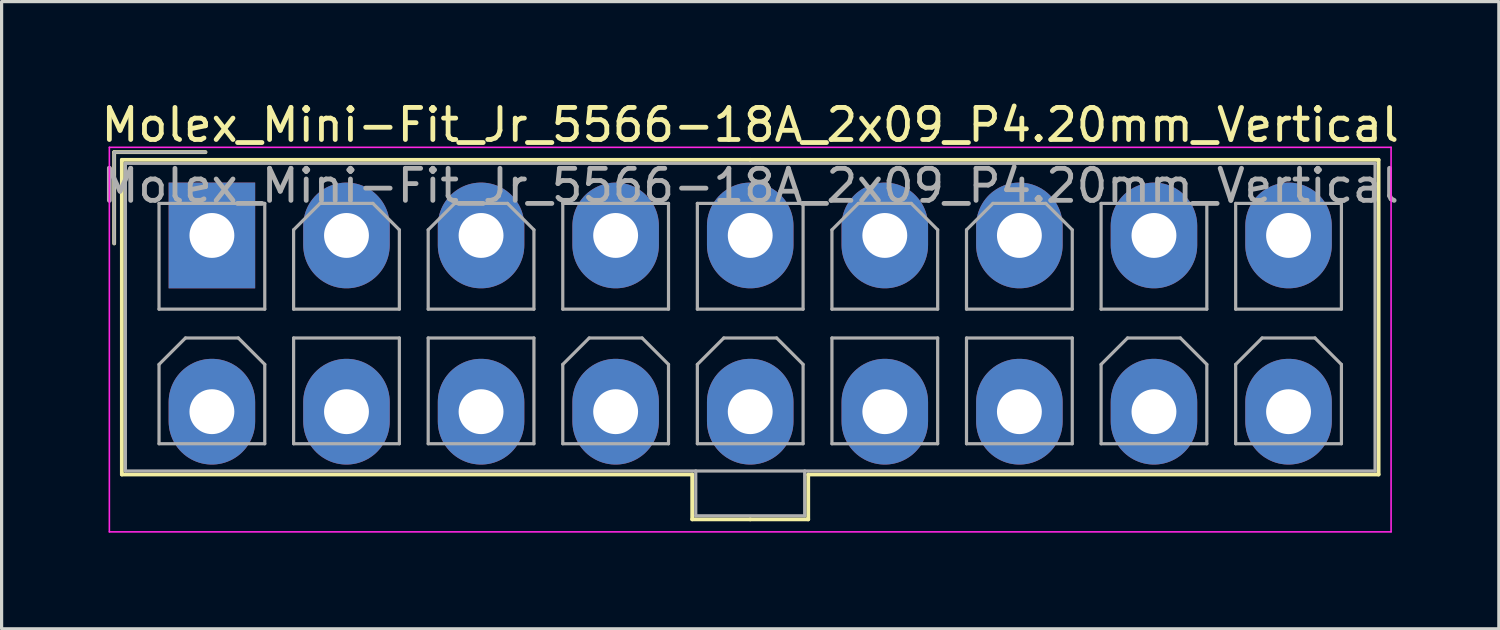
<source format=kicad_pcb>
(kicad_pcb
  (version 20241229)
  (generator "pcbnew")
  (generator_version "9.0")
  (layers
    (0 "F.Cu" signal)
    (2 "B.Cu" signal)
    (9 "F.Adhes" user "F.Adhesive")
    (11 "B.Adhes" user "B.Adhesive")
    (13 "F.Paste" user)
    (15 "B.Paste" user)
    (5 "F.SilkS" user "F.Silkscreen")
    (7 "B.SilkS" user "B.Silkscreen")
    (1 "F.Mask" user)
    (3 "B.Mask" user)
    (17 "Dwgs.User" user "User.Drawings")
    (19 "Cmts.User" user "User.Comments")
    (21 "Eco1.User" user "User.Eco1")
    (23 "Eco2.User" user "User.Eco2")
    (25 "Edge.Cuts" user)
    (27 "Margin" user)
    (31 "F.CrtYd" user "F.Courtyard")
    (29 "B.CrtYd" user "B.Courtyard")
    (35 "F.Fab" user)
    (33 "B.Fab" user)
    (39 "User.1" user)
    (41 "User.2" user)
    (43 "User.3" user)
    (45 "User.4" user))
  (footprint "Molex_Mini-Fit_Jr_5566-18A_2x09_P4.20mm_Vertical"
    (layer "F.Cu")
    (at 3.563 4.298)
    (property "Reference" "Molex_Mini-Fit_Jr_5566-18A_2x09_P4.20mm_Vertical" (at 16.8 -3.45 0) (layer "F.SilkS") (effects (font (size 1 1) (thickness 0.15))))
    (attr through_hole)
    (fp_line (start -3.05 -2.6) (end -3.05 0.25) (stroke (width 0.12) (type solid)) (layer "F.SilkS"))
    (fp_line (start -2.81 -2.36) (end -2.81 7.46) (stroke (width 0.12) (type solid)) (layer "F.SilkS"))
    (fp_line (start -2.81 7.46) (end 14.99 7.46) (stroke (width 0.12) (type solid)) (layer "F.SilkS"))
    (fp_line (start -0.2 -2.6) (end -3.05 -2.6) (stroke (width 0.12) (type solid)) (layer "F.SilkS"))
    (fp_line (start 14.99 7.46) (end 14.99 8.86) (stroke (width 0.12) (type solid)) (layer "F.SilkS"))
    (fp_line (start 14.99 8.86) (end 16.8 8.86) (stroke (width 0.12) (type solid)) (layer "F.SilkS"))
    (fp_line (start 16.8 -2.36) (end -2.81 -2.36) (stroke (width 0.12) (type solid)) (layer "F.SilkS"))
    (fp_line (start 16.8 -2.36) (end 36.41 -2.36) (stroke (width 0.12) (type solid)) (layer "F.SilkS"))
    (fp_line (start 18.61 7.46) (end 18.61 8.86) (stroke (width 0.12) (type solid)) (layer "F.SilkS"))
    (fp_line (start 18.61 8.86) (end 16.8 8.86) (stroke (width 0.12) (type solid)) (layer "F.SilkS"))
    (fp_line (start 36.41 -2.36) (end 36.41 7.46) (stroke (width 0.12) (type solid)) (layer "F.SilkS"))
    (fp_line (start 36.41 7.46) (end 18.61 7.46) (stroke (width 0.12) (type solid)) (layer "F.SilkS"))
    (fp_line (start -3.2 -2.75) (end -3.2 9.25) (stroke (width 0.05) (type solid)) (layer "F.CrtYd"))
    (fp_line (start -3.2 9.25) (end 36.8 9.25) (stroke (width 0.05) (type solid)) (layer "F.CrtYd"))
    (fp_line (start 36.8 -2.75) (end -3.2 -2.75) (stroke (width 0.05) (type solid)) (layer "F.CrtYd"))
    (fp_line (start 36.8 9.25) (end 36.8 -2.75) (stroke (width 0.05) (type solid)) (layer "F.CrtYd"))
    (fp_line (start -3.05 -2.6) (end -3.05 0.25) (stroke (width 0.1) (type solid)) (layer "F.Fab"))
    (fp_line (start -2.7 -2.25) (end -2.7 7.35) (stroke (width 0.1) (type solid)) (layer "F.Fab"))
    (fp_line (start -2.7 7.35) (end 36.3 7.35) (stroke (width 0.1) (type solid)) (layer "F.Fab"))
    (fp_line (start -1.65 -1) (end -1.65 2.3) (stroke (width 0.1) (type solid)) (layer "F.Fab"))
    (fp_line (start -1.65 2.3) (end 1.65 2.3) (stroke (width 0.1) (type solid)) (layer "F.Fab"))
    (fp_line (start -1.65 4.025) (end -0.825 3.2) (stroke (width 0.1) (type solid)) (layer "F.Fab"))
    (fp_line (start -1.65 6.5) (end -1.65 4.025) (stroke (width 0.1) (type solid)) (layer "F.Fab"))
    (fp_line (start -0.825 3.2) (end 0.825 3.2) (stroke (width 0.1) (type solid)) (layer "F.Fab"))
    (fp_line (start -0.2 -2.6) (end -3.05 -2.6) (stroke (width 0.1) (type solid)) (layer "F.Fab"))
    (fp_line (start 0.825 3.2) (end 1.65 4.025) (stroke (width 0.1) (type solid)) (layer "F.Fab"))
    (fp_line (start 1.65 -1) (end -1.65 -1) (stroke (width 0.1) (type solid)) (layer "F.Fab"))
    (fp_line (start 1.65 2.3) (end 1.65 -1) (stroke (width 0.1) (type solid)) (layer "F.Fab"))
    (fp_line (start 1.65 4.025) (end 1.65 6.5) (stroke (width 0.1) (type solid)) (layer "F.Fab"))
    (fp_line (start 1.65 6.5) (end -1.65 6.5) (stroke (width 0.1) (type solid)) (layer "F.Fab"))
    (fp_line (start 2.55 -0.175) (end 3.375 -1) (stroke (width 0.1) (type solid)) (layer "F.Fab"))
    (fp_line (start 2.55 2.3) (end 2.55 -0.175) (stroke (width 0.1) (type solid)) (layer "F.Fab"))
    (fp_line (start 2.55 3.2) (end 2.55 6.5) (stroke (width 0.1) (type solid)) (layer "F.Fab"))
    (fp_line (start 2.55 6.5) (end 5.85 6.5) (stroke (width 0.1) (type solid)) (layer "F.Fab"))
    (fp_line (start 3.375 -1) (end 5.025 -1) (stroke (width 0.1) (type solid)) (layer "F.Fab"))
    (fp_line (start 5.025 -1) (end 5.85 -0.175) (stroke (width 0.1) (type solid)) (layer "F.Fab"))
    (fp_line (start 5.85 -0.175) (end 5.85 2.3) (stroke (width 0.1) (type solid)) (layer "F.Fab"))
    (fp_line (start 5.85 2.3) (end 2.55 2.3) (stroke (width 0.1) (type solid)) (layer "F.Fab"))
    (fp_line (start 5.85 3.2) (end 2.55 3.2) (stroke (width 0.1) (type solid)) (layer "F.Fab"))
    (fp_line (start 5.85 6.5) (end 5.85 3.2) (stroke (width 0.1) (type solid)) (layer "F.Fab"))
    (fp_line (start 6.75 -0.175) (end 7.575 -1) (stroke (width 0.1) (type solid)) (layer "F.Fab"))
    (fp_line (start 6.75 2.3) (end 6.75 -0.175) (stroke (width 0.1) (type solid)) (layer "F.Fab"))
    (fp_line (start 6.75 3.2) (end 6.75 6.5) (stroke (width 0.1) (type solid)) (layer "F.Fab"))
    (fp_line (start 6.75 6.5) (end 10.05 6.5) (stroke (width 0.1) (type solid)) (layer "F.Fab"))
    (fp_line (start 7.575 -1) (end 9.225 -1) (stroke (width 0.1) (type solid)) (layer "F.Fab"))
    (fp_line (start 9.225 -1) (end 10.05 -0.175) (stroke (width 0.1) (type solid)) (layer "F.Fab"))
    (fp_line (start 10.05 -0.175) (end 10.05 2.3) (stroke (width 0.1) (type solid)) (layer "F.Fab"))
    (fp_line (start 10.05 2.3) (end 6.75 2.3) (stroke (width 0.1) (type solid)) (layer "F.Fab"))
    (fp_line (start 10.05 3.2) (end 6.75 3.2) (stroke (width 0.1) (type solid)) (layer "F.Fab"))
    (fp_line (start 10.05 6.5) (end 10.05 3.2) (stroke (width 0.1) (type solid)) (layer "F.Fab"))
    (fp_line (start 10.95 -1) (end 10.95 2.3) (stroke (width 0.1) (type solid)) (layer "F.Fab"))
    (fp_line (start 10.95 2.3) (end 14.25 2.3) (stroke (width 0.1) (type solid)) (layer "F.Fab"))
    (fp_line (start 10.95 4.025) (end 11.775 3.2) (stroke (width 0.1) (type solid)) (layer "F.Fab"))
    (fp_line (start 10.95 6.5) (end 10.95 4.025) (stroke (width 0.1) (type solid)) (layer "F.Fab"))
    (fp_line (start 11.775 3.2) (end 13.425 3.2) (stroke (width 0.1) (type solid)) (layer "F.Fab"))
    (fp_line (start 13.425 3.2) (end 14.25 4.025) (stroke (width 0.1) (type solid)) (layer "F.Fab"))
    (fp_line (start 14.25 -1) (end 10.95 -1) (stroke (width 0.1) (type solid)) (layer "F.Fab"))
    (fp_line (start 14.25 2.3) (end 14.25 -1) (stroke (width 0.1) (type solid)) (layer "F.Fab"))
    (fp_line (start 14.25 4.025) (end 14.25 6.5) (stroke (width 0.1) (type solid)) (layer "F.Fab"))
    (fp_line (start 14.25 6.5) (end 10.95 6.5) (stroke (width 0.1) (type solid)) (layer "F.Fab"))
    (fp_line (start 15.1 7.35) (end 15.1 8.75) (stroke (width 0.1) (type solid)) (layer "F.Fab"))
    (fp_line (start 15.1 8.75) (end 18.5 8.75) (stroke (width 0.1) (type solid)) (layer "F.Fab"))
    (fp_line (start 15.15 -1) (end 15.15 2.3) (stroke (width 0.1) (type solid)) (layer "F.Fab"))
    (fp_line (start 15.15 2.3) (end 18.45 2.3) (stroke (width 0.1) (type solid)) (layer "F.Fab"))
    (fp_line (start 15.15 4.025) (end 15.975 3.2) (stroke (width 0.1) (type solid)) (layer "F.Fab"))
    (fp_line (start 15.15 6.5) (end 15.15 4.025) (stroke (width 0.1) (type solid)) (layer "F.Fab"))
    (fp_line (start 15.975 3.2) (end 17.625 3.2) (stroke (width 0.1) (type solid)) (layer "F.Fab"))
    (fp_line (start 17.625 3.2) (end 18.45 4.025) (stroke (width 0.1) (type solid)) (layer "F.Fab"))
    (fp_line (start 18.45 -1) (end 15.15 -1) (stroke (width 0.1) (type solid)) (layer "F.Fab"))
    (fp_line (start 18.45 2.3) (end 18.45 -1) (stroke (width 0.1) (type solid)) (layer "F.Fab"))
    (fp_line (start 18.45 4.025) (end 18.45 6.5) (stroke (width 0.1) (type solid)) (layer "F.Fab"))
    (fp_line (start 18.45 6.5) (end 15.15 6.5) (stroke (width 0.1) (type solid)) (layer "F.Fab"))
    (fp_line (start 18.5 8.75) (end 18.5 7.35) (stroke (width 0.1) (type solid)) (layer "F.Fab"))
    (fp_line (start 19.35 -0.175) (end 20.175 -1) (stroke (width 0.1) (type solid)) (layer "F.Fab"))
    (fp_line (start 19.35 2.3) (end 19.35 -0.175) (stroke (width 0.1) (type solid)) (layer "F.Fab"))
    (fp_line (start 19.35 3.2) (end 19.35 6.5) (stroke (width 0.1) (type solid)) (layer "F.Fab"))
    (fp_line (start 19.35 6.5) (end 22.65 6.5) (stroke (width 0.1) (type solid)) (layer "F.Fab"))
    (fp_line (start 20.175 -1) (end 21.825 -1) (stroke (width 0.1) (type solid)) (layer "F.Fab"))
    (fp_line (start 21.825 -1) (end 22.65 -0.175) (stroke (width 0.1) (type solid)) (layer "F.Fab"))
    (fp_line (start 22.65 -0.175) (end 22.65 2.3) (stroke (width 0.1) (type solid)) (layer "F.Fab"))
    (fp_line (start 22.65 2.3) (end 19.35 2.3) (stroke (width 0.1) (type solid)) (layer "F.Fab"))
    (fp_line (start 22.65 3.2) (end 19.35 3.2) (stroke (width 0.1) (type solid)) (layer "F.Fab"))
    (fp_line (start 22.65 6.5) (end 22.65 3.2) (stroke (width 0.1) (type solid)) (layer "F.Fab"))
    (fp_line (start 23.55 -0.175) (end 24.375 -1) (stroke (width 0.1) (type solid)) (layer "F.Fab"))
    (fp_line (start 23.55 2.3) (end 23.55 -0.175) (stroke (width 0.1) (type solid)) (layer "F.Fab"))
    (fp_line (start 23.55 3.2) (end 23.55 6.5) (stroke (width 0.1) (type solid)) (layer "F.Fab"))
    (fp_line (start 23.55 6.5) (end 26.85 6.5) (stroke (width 0.1) (type solid)) (layer "F.Fab"))
    (fp_line (start 24.375 -1) (end 26.025 -1) (stroke (width 0.1) (type solid)) (layer "F.Fab"))
    (fp_line (start 26.025 -1) (end 26.85 -0.175) (stroke (width 0.1) (type solid)) (layer "F.Fab"))
    (fp_line (start 26.85 -0.175) (end 26.85 2.3) (stroke (width 0.1) (type solid)) (layer "F.Fab"))
    (fp_line (start 26.85 2.3) (end 23.55 2.3) (stroke (width 0.1) (type solid)) (layer "F.Fab"))
    (fp_line (start 26.85 3.2) (end 23.55 3.2) (stroke (width 0.1) (type solid)) (layer "F.Fab"))
    (fp_line (start 26.85 6.5) (end 26.85 3.2) (stroke (width 0.1) (type solid)) (layer "F.Fab"))
    (fp_line (start 27.75 -1) (end 27.75 2.3) (stroke (width 0.1) (type solid)) (layer "F.Fab"))
    (fp_line (start 27.75 2.3) (end 31.05 2.3) (stroke (width 0.1) (type solid)) (layer "F.Fab"))
    (fp_line (start 27.75 4.025) (end 28.575 3.2) (stroke (width 0.1) (type solid)) (layer "F.Fab"))
    (fp_line (start 27.75 6.5) (end 27.75 4.025) (stroke (width 0.1) (type solid)) (layer "F.Fab"))
    (fp_line (start 28.575 3.2) (end 30.225 3.2) (stroke (width 0.1) (type solid)) (layer "F.Fab"))
    (fp_line (start 30.225 3.2) (end 31.05 4.025) (stroke (width 0.1) (type solid)) (layer "F.Fab"))
    (fp_line (start 31.05 -1) (end 27.75 -1) (stroke (width 0.1) (type solid)) (layer "F.Fab"))
    (fp_line (start 31.05 2.3) (end 31.05 -1) (stroke (width 0.1) (type solid)) (layer "F.Fab"))
    (fp_line (start 31.05 4.025) (end 31.05 6.5) (stroke (width 0.1) (type solid)) (layer "F.Fab"))
    (fp_line (start 31.05 6.5) (end 27.75 6.5) (stroke (width 0.1) (type solid)) (layer "F.Fab"))
    (fp_line (start 31.95 -1) (end 31.95 2.3) (stroke (width 0.1) (type solid)) (layer "F.Fab"))
    (fp_line (start 31.95 2.3) (end 35.25 2.3) (stroke (width 0.1) (type solid)) (layer "F.Fab"))
    (fp_line (start 31.95 4.025) (end 32.775 3.2) (stroke (width 0.1) (type solid)) (layer "F.Fab"))
    (fp_line (start 31.95 6.5) (end 31.95 4.025) (stroke (width 0.1) (type solid)) (layer "F.Fab"))
    (fp_line (start 32.775 3.2) (end 34.425 3.2) (stroke (width 0.1) (type solid)) (layer "F.Fab"))
    (fp_line (start 34.425 3.2) (end 35.25 4.025) (stroke (width 0.1) (type solid)) (layer "F.Fab"))
    (fp_line (start 35.25 -1) (end 31.95 -1) (stroke (width 0.1) (type solid)) (layer "F.Fab"))
    (fp_line (start 35.25 2.3) (end 35.25 -1) (stroke (width 0.1) (type solid)) (layer "F.Fab"))
    (fp_line (start 35.25 4.025) (end 35.25 6.5) (stroke (width 0.1) (type solid)) (layer "F.Fab"))
    (fp_line (start 35.25 6.5) (end 31.95 6.5) (stroke (width 0.1) (type solid)) (layer "F.Fab"))
    (fp_line (start 36.3 -2.25) (end -2.7 -2.25) (stroke (width 0.1) (type solid)) (layer "F.Fab"))
    (fp_line (start 36.3 7.35) (end 36.3 -2.25) (stroke (width 0.1) (type solid)) (layer "F.Fab"))
    (fp_text user "${REFERENCE}" (at 16.8 -1.55 0) (layer "F.Fab") (effects (font (size 1 1) (thickness 0.15))))
    (pad "1" thru_hole rect (at 0 0) (size 2.7 3.3) (drill 1.4) (layers "*.Cu" "*.Mask"))
    (pad "2" thru_hole oval (at 4.2 0) (size 2.7 3.3) (drill 1.4) (layers "*.Cu" "*.Mask"))
    (pad "3" thru_hole oval (at 8.4 0) (size 2.7 3.3) (drill 1.4) (layers "*.Cu" "*.Mask"))
    (pad "4" thru_hole oval (at 12.6 0) (size 2.7 3.3) (drill 1.4) (layers "*.Cu" "*.Mask"))
    (pad "5" thru_hole oval (at 16.8 0) (size 2.7 3.3) (drill 1.4) (layers "*.Cu" "*.Mask"))
    (pad "6" thru_hole oval (at 21 0) (size 2.7 3.3) (drill 1.4) (layers "*.Cu" "*.Mask"))
    (pad "7" thru_hole oval (at 25.2 0) (size 2.7 3.3) (drill 1.4) (layers "*.Cu" "*.Mask"))
    (pad "8" thru_hole oval (at 29.4 0) (size 2.7 3.3) (drill 1.4) (layers "*.Cu" "*.Mask"))
    (pad "9" thru_hole oval (at 33.6 0) (size 2.7 3.3) (drill 1.4) (layers "*.Cu" "*.Mask"))
    (pad "10" thru_hole oval (at 0 5.5) (size 2.7 3.3) (drill 1.4) (layers "*.Cu" "*.Mask"))
    (pad "11" thru_hole oval (at 4.2 5.5) (size 2.7 3.3) (drill 1.4) (layers "*.Cu" "*.Mask"))
    (pad "12" thru_hole oval (at 8.4 5.5) (size 2.7 3.3) (drill 1.4) (layers "*.Cu" "*.Mask"))
    (pad "13" thru_hole oval (at 12.6 5.5) (size 2.7 3.3) (drill 1.4) (layers "*.Cu" "*.Mask"))
    (pad "14" thru_hole oval (at 16.8 5.5) (size 2.7 3.3) (drill 1.4) (layers "*.Cu" "*.Mask"))
    (pad "15" thru_hole oval (at 21 5.5) (size 2.7 3.3) (drill 1.4) (layers "*.Cu" "*.Mask"))
    (pad "16" thru_hole oval (at 25.2 5.5) (size 2.7 3.3) (drill 1.4) (layers "*.Cu" "*.Mask"))
    (pad "17" thru_hole oval (at 29.4 5.5) (size 2.7 3.3) (drill 1.4) (layers "*.Cu" "*.Mask"))
    (pad "18" thru_hole oval (at 33.6 5.5) (size 2.7 3.3) (drill 1.4) (layers "*.Cu" "*.Mask")))
  (gr_rect
    (start -3 -3)
    (end 43.726 16.573)
    (stroke (width 0.1) (type default))
    (fill no)
    (layer "Edge.Cuts")))
</source>
